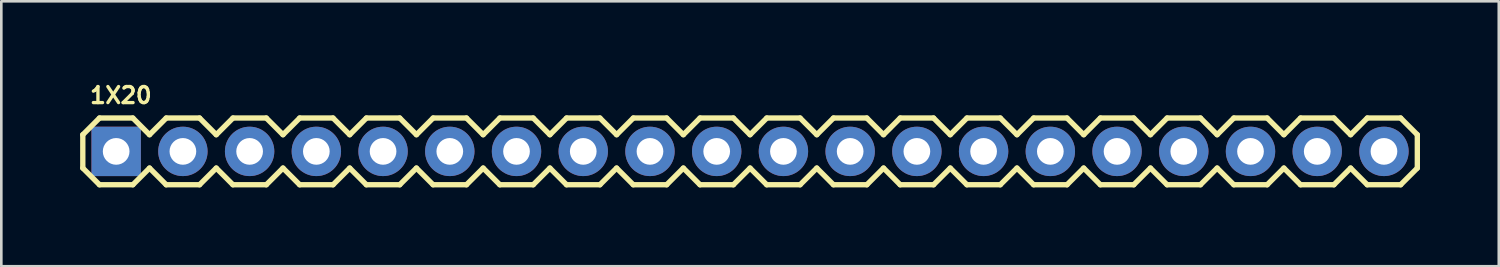
<source format=kicad_pcb>
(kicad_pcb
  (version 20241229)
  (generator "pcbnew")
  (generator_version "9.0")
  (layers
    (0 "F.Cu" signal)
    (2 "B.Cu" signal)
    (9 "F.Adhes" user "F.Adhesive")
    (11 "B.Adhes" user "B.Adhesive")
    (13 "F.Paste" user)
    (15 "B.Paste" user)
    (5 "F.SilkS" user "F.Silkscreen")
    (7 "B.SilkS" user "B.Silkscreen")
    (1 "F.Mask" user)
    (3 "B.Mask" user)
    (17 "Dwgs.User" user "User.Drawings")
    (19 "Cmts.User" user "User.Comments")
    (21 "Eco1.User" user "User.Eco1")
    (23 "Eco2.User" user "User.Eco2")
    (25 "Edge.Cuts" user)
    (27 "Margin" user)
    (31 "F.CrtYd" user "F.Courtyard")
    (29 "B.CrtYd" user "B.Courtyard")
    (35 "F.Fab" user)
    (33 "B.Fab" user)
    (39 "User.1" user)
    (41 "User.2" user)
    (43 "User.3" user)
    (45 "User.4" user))
  (footprint "1X20"
    (layer "F.Cu")
    (at 1.372 2.713)
    (property "Reference" "1X20" (at 0.178 -2.134 0) (layer "F.SilkS") (effects (font (size 0.61 0.61) (thickness 0.127))))
    (attr exclude_from_pos_files exclude_from_bom)
    (fp_line (start -1.27 -0.635) (end -1.27 0.635) (stroke (width 0.203) (type solid)) (layer "F.SilkS"))
    (fp_line (start -1.27 0.635) (end -0.635 1.27) (stroke (width 0.203) (type solid)) (layer "F.SilkS"))
    (fp_line (start -0.635 -1.27) (end -1.27 -0.635) (stroke (width 0.203) (type solid)) (layer "F.SilkS"))
    (fp_line (start -0.635 -1.27) (end 0.635 -1.27) (stroke (width 0.203) (type solid)) (layer "F.SilkS"))
    (fp_line (start 0.635 -1.27) (end 1.27 -0.635) (stroke (width 0.203) (type solid)) (layer "F.SilkS"))
    (fp_line (start 0.635 1.27) (end -0.635 1.27) (stroke (width 0.203) (type solid)) (layer "F.SilkS"))
    (fp_line (start 1.27 -0.635) (end 1.905 -1.27) (stroke (width 0.203) (type solid)) (layer "F.SilkS"))
    (fp_line (start 1.27 0.635) (end 0.635 1.27) (stroke (width 0.203) (type solid)) (layer "F.SilkS"))
    (fp_line (start 1.905 -1.27) (end 3.175 -1.27) (stroke (width 0.203) (type solid)) (layer "F.SilkS"))
    (fp_line (start 1.905 1.27) (end 1.27 0.635) (stroke (width 0.203) (type solid)) (layer "F.SilkS"))
    (fp_line (start 3.175 -1.27) (end 3.81 -0.635) (stroke (width 0.203) (type solid)) (layer "F.SilkS"))
    (fp_line (start 3.175 1.27) (end 1.905 1.27) (stroke (width 0.203) (type solid)) (layer "F.SilkS"))
    (fp_line (start 3.81 -0.635) (end 4.445 -1.27) (stroke (width 0.203) (type solid)) (layer "F.SilkS"))
    (fp_line (start 3.81 0.635) (end 3.175 1.27) (stroke (width 0.203) (type solid)) (layer "F.SilkS"))
    (fp_line (start 4.445 -1.27) (end 5.715 -1.27) (stroke (width 0.203) (type solid)) (layer "F.SilkS"))
    (fp_line (start 4.445 1.27) (end 3.81 0.635) (stroke (width 0.203) (type solid)) (layer "F.SilkS"))
    (fp_line (start 5.715 -1.27) (end 6.35 -0.635) (stroke (width 0.203) (type solid)) (layer "F.SilkS"))
    (fp_line (start 5.715 1.27) (end 4.445 1.27) (stroke (width 0.203) (type solid)) (layer "F.SilkS"))
    (fp_line (start 6.35 0.635) (end 5.715 1.27) (stroke (width 0.203) (type solid)) (layer "F.SilkS"))
    (fp_line (start 6.35 0.635) (end 6.985 1.27) (stroke (width 0.203) (type solid)) (layer "F.SilkS"))
    (fp_line (start 6.985 -1.27) (end 6.35 -0.635) (stroke (width 0.203) (type solid)) (layer "F.SilkS"))
    (fp_line (start 6.985 -1.27) (end 8.255 -1.27) (stroke (width 0.203) (type solid)) (layer "F.SilkS"))
    (fp_line (start 8.255 -1.27) (end 8.89 -0.635) (stroke (width 0.203) (type solid)) (layer "F.SilkS"))
    (fp_line (start 8.255 1.27) (end 6.985 1.27) (stroke (width 0.203) (type solid)) (layer "F.SilkS"))
    (fp_line (start 8.89 -0.635) (end 9.525 -1.27) (stroke (width 0.203) (type solid)) (layer "F.SilkS"))
    (fp_line (start 8.89 0.635) (end 8.255 1.27) (stroke (width 0.203) (type solid)) (layer "F.SilkS"))
    (fp_line (start 9.525 -1.27) (end 10.795 -1.27) (stroke (width 0.203) (type solid)) (layer "F.SilkS"))
    (fp_line (start 9.525 1.27) (end 8.89 0.635) (stroke (width 0.203) (type solid)) (layer "F.SilkS"))
    (fp_line (start 10.795 -1.27) (end 11.43 -0.635) (stroke (width 0.203) (type solid)) (layer "F.SilkS"))
    (fp_line (start 10.795 1.27) (end 9.525 1.27) (stroke (width 0.203) (type solid)) (layer "F.SilkS"))
    (fp_line (start 11.43 -0.635) (end 12.065 -1.27) (stroke (width 0.203) (type solid)) (layer "F.SilkS"))
    (fp_line (start 11.43 0.635) (end 10.795 1.27) (stroke (width 0.203) (type solid)) (layer "F.SilkS"))
    (fp_line (start 12.065 -1.27) (end 13.335 -1.27) (stroke (width 0.203) (type solid)) (layer "F.SilkS"))
    (fp_line (start 12.065 1.27) (end 11.43 0.635) (stroke (width 0.203) (type solid)) (layer "F.SilkS"))
    (fp_line (start 13.335 -1.27) (end 13.97 -0.635) (stroke (width 0.203) (type solid)) (layer "F.SilkS"))
    (fp_line (start 13.335 1.27) (end 12.065 1.27) (stroke (width 0.203) (type solid)) (layer "F.SilkS"))
    (fp_line (start 13.97 0.635) (end 13.335 1.27) (stroke (width 0.203) (type solid)) (layer "F.SilkS"))
    (fp_line (start 13.97 0.635) (end 14.605 1.27) (stroke (width 0.203) (type solid)) (layer "F.SilkS"))
    (fp_line (start 14.605 -1.27) (end 13.97 -0.635) (stroke (width 0.203) (type solid)) (layer "F.SilkS"))
    (fp_line (start 14.605 -1.27) (end 15.875 -1.27) (stroke (width 0.203) (type solid)) (layer "F.SilkS"))
    (fp_line (start 15.875 -1.27) (end 16.51 -0.635) (stroke (width 0.203) (type solid)) (layer "F.SilkS"))
    (fp_line (start 15.875 1.27) (end 14.605 1.27) (stroke (width 0.203) (type solid)) (layer "F.SilkS"))
    (fp_line (start 16.51 0.635) (end 15.875 1.27) (stroke (width 0.203) (type solid)) (layer "F.SilkS"))
    (fp_line (start 16.51 0.635) (end 17.145 1.27) (stroke (width 0.203) (type solid)) (layer "F.SilkS"))
    (fp_line (start 17.145 -1.27) (end 16.51 -0.635) (stroke (width 0.203) (type solid)) (layer "F.SilkS"))
    (fp_line (start 17.145 -1.27) (end 18.415 -1.27) (stroke (width 0.203) (type solid)) (layer "F.SilkS"))
    (fp_line (start 18.415 -1.27) (end 19.05 -0.635) (stroke (width 0.203) (type solid)) (layer "F.SilkS"))
    (fp_line (start 18.415 1.27) (end 17.145 1.27) (stroke (width 0.203) (type solid)) (layer "F.SilkS"))
    (fp_line (start 19.05 -0.635) (end 19.685 -1.27) (stroke (width 0.203) (type solid)) (layer "F.SilkS"))
    (fp_line (start 19.05 0.635) (end 18.415 1.27) (stroke (width 0.203) (type solid)) (layer "F.SilkS"))
    (fp_line (start 19.685 -1.27) (end 20.955 -1.27) (stroke (width 0.203) (type solid)) (layer "F.SilkS"))
    (fp_line (start 19.685 1.27) (end 19.05 0.635) (stroke (width 0.203) (type solid)) (layer "F.SilkS"))
    (fp_line (start 20.955 -1.27) (end 21.59 -0.635) (stroke (width 0.203) (type solid)) (layer "F.SilkS"))
    (fp_line (start 20.955 1.27) (end 19.685 1.27) (stroke (width 0.203) (type solid)) (layer "F.SilkS"))
    (fp_line (start 21.59 -0.635) (end 22.225 -1.27) (stroke (width 0.203) (type solid)) (layer "F.SilkS"))
    (fp_line (start 21.59 0.635) (end 20.955 1.27) (stroke (width 0.203) (type solid)) (layer "F.SilkS"))
    (fp_line (start 22.225 -1.27) (end 23.495 -1.27) (stroke (width 0.203) (type solid)) (layer "F.SilkS"))
    (fp_line (start 22.225 1.27) (end 21.59 0.635) (stroke (width 0.203) (type solid)) (layer "F.SilkS"))
    (fp_line (start 23.495 -1.27) (end 24.13 -0.635) (stroke (width 0.203) (type solid)) (layer "F.SilkS"))
    (fp_line (start 23.495 1.27) (end 22.225 1.27) (stroke (width 0.203) (type solid)) (layer "F.SilkS"))
    (fp_line (start 24.13 0.635) (end 23.495 1.27) (stroke (width 0.203) (type solid)) (layer "F.SilkS"))
    (fp_line (start 24.13 0.635) (end 24.765 1.27) (stroke (width 0.203) (type solid)) (layer "F.SilkS"))
    (fp_line (start 24.765 -1.27) (end 24.13 -0.635) (stroke (width 0.203) (type solid)) (layer "F.SilkS"))
    (fp_line (start 24.765 -1.27) (end 26.035 -1.27) (stroke (width 0.203) (type solid)) (layer "F.SilkS"))
    (fp_line (start 26.035 -1.27) (end 26.67 -0.635) (stroke (width 0.203) (type solid)) (layer "F.SilkS"))
    (fp_line (start 26.035 1.27) (end 24.765 1.27) (stroke (width 0.203) (type solid)) (layer "F.SilkS"))
    (fp_line (start 26.67 -0.635) (end 27.305 -1.27) (stroke (width 0.203) (type solid)) (layer "F.SilkS"))
    (fp_line (start 26.67 0.635) (end 26.035 1.27) (stroke (width 0.203) (type solid)) (layer "F.SilkS"))
    (fp_line (start 27.305 -1.27) (end 28.575 -1.27) (stroke (width 0.203) (type solid)) (layer "F.SilkS"))
    (fp_line (start 27.305 1.27) (end 26.67 0.635) (stroke (width 0.203) (type solid)) (layer "F.SilkS"))
    (fp_line (start 28.575 -1.27) (end 29.21 -0.635) (stroke (width 0.203) (type solid)) (layer "F.SilkS"))
    (fp_line (start 28.575 1.27) (end 27.305 1.27) (stroke (width 0.203) (type solid)) (layer "F.SilkS"))
    (fp_line (start 29.21 -0.635) (end 29.845 -1.27) (stroke (width 0.203) (type solid)) (layer "F.SilkS"))
    (fp_line (start 29.21 0.635) (end 28.575 1.27) (stroke (width 0.203) (type solid)) (layer "F.SilkS"))
    (fp_line (start 29.845 -1.27) (end 31.115 -1.27) (stroke (width 0.203) (type solid)) (layer "F.SilkS"))
    (fp_line (start 29.845 1.27) (end 29.21 0.635) (stroke (width 0.203) (type solid)) (layer "F.SilkS"))
    (fp_line (start 31.115 -1.27) (end 31.75 -0.635) (stroke (width 0.203) (type solid)) (layer "F.SilkS"))
    (fp_line (start 31.115 1.27) (end 29.845 1.27) (stroke (width 0.203) (type solid)) (layer "F.SilkS"))
    (fp_line (start 31.75 0.635) (end 31.115 1.27) (stroke (width 0.203) (type solid)) (layer "F.SilkS"))
    (fp_line (start 31.75 0.635) (end 32.385 1.27) (stroke (width 0.203) (type solid)) (layer "F.SilkS"))
    (fp_line (start 32.385 -1.27) (end 31.75 -0.635) (stroke (width 0.203) (type solid)) (layer "F.SilkS"))
    (fp_line (start 32.385 -1.27) (end 33.655 -1.27) (stroke (width 0.203) (type solid)) (layer "F.SilkS"))
    (fp_line (start 33.655 -1.27) (end 34.29 -0.635) (stroke (width 0.203) (type solid)) (layer "F.SilkS"))
    (fp_line (start 33.655 1.27) (end 32.385 1.27) (stroke (width 0.203) (type solid)) (layer "F.SilkS"))
    (fp_line (start 34.29 0.635) (end 33.655 1.27) (stroke (width 0.203) (type solid)) (layer "F.SilkS"))
    (fp_line (start 34.29 0.635) (end 34.925 1.27) (stroke (width 0.203) (type solid)) (layer "F.SilkS"))
    (fp_line (start 34.925 -1.27) (end 34.29 -0.635) (stroke (width 0.203) (type solid)) (layer "F.SilkS"))
    (fp_line (start 34.925 -1.27) (end 36.195 -1.27) (stroke (width 0.203) (type solid)) (layer "F.SilkS"))
    (fp_line (start 36.195 -1.27) (end 36.83 -0.635) (stroke (width 0.203) (type solid)) (layer "F.SilkS"))
    (fp_line (start 36.195 1.27) (end 34.925 1.27) (stroke (width 0.203) (type solid)) (layer "F.SilkS"))
    (fp_line (start 36.83 0.635) (end 36.195 1.27) (stroke (width 0.203) (type solid)) (layer "F.SilkS"))
    (fp_line (start 36.83 0.635) (end 37.465 1.27) (stroke (width 0.203) (type solid)) (layer "F.SilkS"))
    (fp_line (start 37.465 -1.27) (end 36.83 -0.635) (stroke (width 0.203) (type solid)) (layer "F.SilkS"))
    (fp_line (start 37.465 -1.27) (end 38.735 -1.27) (stroke (width 0.203) (type solid)) (layer "F.SilkS"))
    (fp_line (start 38.735 -1.27) (end 39.37 -0.635) (stroke (width 0.203) (type solid)) (layer "F.SilkS"))
    (fp_line (start 38.735 1.27) (end 37.465 1.27) (stroke (width 0.203) (type solid)) (layer "F.SilkS"))
    (fp_line (start 39.37 0.635) (end 38.735 1.27) (stroke (width 0.203) (type solid)) (layer "F.SilkS"))
    (fp_line (start 39.37 0.635) (end 40.005 1.27) (stroke (width 0.203) (type solid)) (layer "F.SilkS"))
    (fp_line (start 40.005 -1.27) (end 39.37 -0.635) (stroke (width 0.203) (type solid)) (layer "F.SilkS"))
    (fp_line (start 40.005 -1.27) (end 41.275 -1.27) (stroke (width 0.203) (type solid)) (layer "F.SilkS"))
    (fp_line (start 41.275 -1.27) (end 41.91 -0.635) (stroke (width 0.203) (type solid)) (layer "F.SilkS"))
    (fp_line (start 41.275 1.27) (end 40.005 1.27) (stroke (width 0.203) (type solid)) (layer "F.SilkS"))
    (fp_line (start 41.91 0.635) (end 41.275 1.27) (stroke (width 0.203) (type solid)) (layer "F.SilkS"))
    (fp_line (start 41.91 0.635) (end 42.545 1.27) (stroke (width 0.203) (type solid)) (layer "F.SilkS"))
    (fp_line (start 42.545 -1.27) (end 41.91 -0.635) (stroke (width 0.203) (type solid)) (layer "F.SilkS"))
    (fp_line (start 42.545 -1.27) (end 43.815 -1.27) (stroke (width 0.203) (type solid)) (layer "F.SilkS"))
    (fp_line (start 43.815 -1.27) (end 44.45 -0.635) (stroke (width 0.203) (type solid)) (layer "F.SilkS"))
    (fp_line (start 43.815 1.27) (end 42.545 1.27) (stroke (width 0.203) (type solid)) (layer "F.SilkS"))
    (fp_line (start 44.45 0.635) (end 43.815 1.27) (stroke (width 0.203) (type solid)) (layer "F.SilkS"))
    (fp_line (start 44.45 0.635) (end 45.085 1.27) (stroke (width 0.203) (type solid)) (layer "F.SilkS"))
    (fp_line (start 45.085 -1.27) (end 44.45 -0.635) (stroke (width 0.203) (type solid)) (layer "F.SilkS"))
    (fp_line (start 45.085 -1.27) (end 46.355 -1.27) (stroke (width 0.203) (type solid)) (layer "F.SilkS"))
    (fp_line (start 46.355 -1.27) (end 46.99 -0.635) (stroke (width 0.203) (type solid)) (layer "F.SilkS"))
    (fp_line (start 46.355 1.27) (end 45.085 1.27) (stroke (width 0.203) (type solid)) (layer "F.SilkS"))
    (fp_line (start 46.99 0.635) (end 46.355 1.27) (stroke (width 0.203) (type solid)) (layer "F.SilkS"))
    (fp_line (start 46.99 0.635) (end 47.625 1.27) (stroke (width 0.203) (type solid)) (layer "F.SilkS"))
    (fp_line (start 47.625 -1.27) (end 46.99 -0.635) (stroke (width 0.203) (type solid)) (layer "F.SilkS"))
    (fp_line (start 47.625 -1.27) (end 48.895 -1.27) (stroke (width 0.203) (type solid)) (layer "F.SilkS"))
    (fp_line (start 48.895 -1.27) (end 49.53 -0.635) (stroke (width 0.203) (type solid)) (layer "F.SilkS"))
    (fp_line (start 48.895 1.27) (end 47.625 1.27) (stroke (width 0.203) (type solid)) (layer "F.SilkS"))
    (fp_line (start 49.53 -0.635) (end 49.53 0.635) (stroke (width 0.203) (type solid)) (layer "F.SilkS"))
    (fp_line (start 49.53 0.635) (end 48.895 1.27) (stroke (width 0.203) (type solid)) (layer "F.SilkS"))
    (fp_line (start -0.254 -0.254) (end 0.254 -0.254) (stroke (width 0.066) (type solid)) (layer "Dwgs.User"))
    (fp_line (start -0.254 0.254) (end -0.254 -0.254) (stroke (width 0.066) (type solid)) (layer "Dwgs.User"))
    (fp_line (start -0.254 0.254) (end 0.254 0.254) (stroke (width 0.066) (type solid)) (layer "Dwgs.User"))
    (fp_line (start 0.254 0.254) (end 0.254 -0.254) (stroke (width 0.066) (type solid)) (layer "Dwgs.User"))
    (fp_line (start 2.286 -0.254) (end 2.794 -0.254) (stroke (width 0.066) (type solid)) (layer "Dwgs.User"))
    (fp_line (start 2.286 0.254) (end 2.286 -0.254) (stroke (width 0.066) (type solid)) (layer "Dwgs.User"))
    (fp_line (start 2.286 0.254) (end 2.794 0.254) (stroke (width 0.066) (type solid)) (layer "Dwgs.User"))
    (fp_line (start 2.794 0.254) (end 2.794 -0.254) (stroke (width 0.066) (type solid)) (layer "Dwgs.User"))
    (fp_line (start 4.826 -0.254) (end 5.334 -0.254) (stroke (width 0.066) (type solid)) (layer "Dwgs.User"))
    (fp_line (start 4.826 0.254) (end 4.826 -0.254) (stroke (width 0.066) (type solid)) (layer "Dwgs.User"))
    (fp_line (start 4.826 0.254) (end 5.334 0.254) (stroke (width 0.066) (type solid)) (layer "Dwgs.User"))
    (fp_line (start 5.334 0.254) (end 5.334 -0.254) (stroke (width 0.066) (type solid)) (layer "Dwgs.User"))
    (fp_line (start 7.366 -0.254) (end 7.874 -0.254) (stroke (width 0.066) (type solid)) (layer "Dwgs.User"))
    (fp_line (start 7.366 0.254) (end 7.366 -0.254) (stroke (width 0.066) (type solid)) (layer "Dwgs.User"))
    (fp_line (start 7.366 0.254) (end 7.874 0.254) (stroke (width 0.066) (type solid)) (layer "Dwgs.User"))
    (fp_line (start 7.874 0.254) (end 7.874 -0.254) (stroke (width 0.066) (type solid)) (layer "Dwgs.User"))
    (fp_line (start 9.906 -0.254) (end 10.414 -0.254) (stroke (width 0.066) (type solid)) (layer "Dwgs.User"))
    (fp_line (start 9.906 0.254) (end 9.906 -0.254) (stroke (width 0.066) (type solid)) (layer "Dwgs.User"))
    (fp_line (start 9.906 0.254) (end 10.414 0.254) (stroke (width 0.066) (type solid)) (layer "Dwgs.User"))
    (fp_line (start 10.414 0.254) (end 10.414 -0.254) (stroke (width 0.066) (type solid)) (layer "Dwgs.User"))
    (fp_line (start 12.446 -0.254) (end 12.954 -0.254) (stroke (width 0.066) (type solid)) (layer "Dwgs.User"))
    (fp_line (start 12.446 0.254) (end 12.446 -0.254) (stroke (width 0.066) (type solid)) (layer "Dwgs.User"))
    (fp_line (start 12.446 0.254) (end 12.954 0.254) (stroke (width 0.066) (type solid)) (layer "Dwgs.User"))
    (fp_line (start 12.954 0.254) (end 12.954 -0.254) (stroke (width 0.066) (type solid)) (layer "Dwgs.User"))
    (fp_line (start 14.986 -0.254) (end 15.494 -0.254) (stroke (width 0.066) (type solid)) (layer "Dwgs.User"))
    (fp_line (start 14.986 0.254) (end 14.986 -0.254) (stroke (width 0.066) (type solid)) (layer "Dwgs.User"))
    (fp_line (start 14.986 0.254) (end 15.494 0.254) (stroke (width 0.066) (type solid)) (layer "Dwgs.User"))
    (fp_line (start 15.494 0.254) (end 15.494 -0.254) (stroke (width 0.066) (type solid)) (layer "Dwgs.User"))
    (fp_line (start 17.523 -0.254) (end 18.034 -0.254) (stroke (width 0.066) (type solid)) (layer "Dwgs.User"))
    (fp_line (start 17.523 0.254) (end 17.523 -0.254) (stroke (width 0.066) (type solid)) (layer "Dwgs.User"))
    (fp_line (start 17.523 0.254) (end 18.034 0.254) (stroke (width 0.066) (type solid)) (layer "Dwgs.User"))
    (fp_line (start 18.034 0.254) (end 18.034 -0.254) (stroke (width 0.066) (type solid)) (layer "Dwgs.User"))
    (fp_line (start 20.066 -0.254) (end 20.574 -0.254) (stroke (width 0.066) (type solid)) (layer "Dwgs.User"))
    (fp_line (start 20.066 0.254) (end 20.066 -0.254) (stroke (width 0.066) (type solid)) (layer "Dwgs.User"))
    (fp_line (start 20.066 0.254) (end 20.574 0.254) (stroke (width 0.066) (type solid)) (layer "Dwgs.User"))
    (fp_line (start 20.574 0.254) (end 20.574 -0.254) (stroke (width 0.066) (type solid)) (layer "Dwgs.User"))
    (fp_line (start 22.606 -0.254) (end 23.114 -0.254) (stroke (width 0.066) (type solid)) (layer "Dwgs.User"))
    (fp_line (start 22.606 0.254) (end 22.606 -0.254) (stroke (width 0.066) (type solid)) (layer "Dwgs.User"))
    (fp_line (start 22.606 0.254) (end 23.114 0.254) (stroke (width 0.066) (type solid)) (layer "Dwgs.User"))
    (fp_line (start 23.114 0.254) (end 23.114 -0.254) (stroke (width 0.066) (type solid)) (layer "Dwgs.User"))
    (fp_line (start 25.146 -0.254) (end 25.654 -0.254) (stroke (width 0.066) (type solid)) (layer "Dwgs.User"))
    (fp_line (start 25.146 0.254) (end 25.146 -0.254) (stroke (width 0.066) (type solid)) (layer "Dwgs.User"))
    (fp_line (start 25.146 0.254) (end 25.654 0.254) (stroke (width 0.066) (type solid)) (layer "Dwgs.User"))
    (fp_line (start 25.654 0.254) (end 25.654 -0.254) (stroke (width 0.066) (type solid)) (layer "Dwgs.User"))
    (fp_line (start 27.686 -0.254) (end 28.194 -0.254) (stroke (width 0.066) (type solid)) (layer "Dwgs.User"))
    (fp_line (start 27.686 0.254) (end 27.686 -0.254) (stroke (width 0.066) (type solid)) (layer "Dwgs.User"))
    (fp_line (start 27.686 0.254) (end 28.194 0.254) (stroke (width 0.066) (type solid)) (layer "Dwgs.User"))
    (fp_line (start 28.194 0.254) (end 28.194 -0.254) (stroke (width 0.066) (type solid)) (layer "Dwgs.User"))
    (fp_line (start 30.226 -0.254) (end 30.734 -0.254) (stroke (width 0.066) (type solid)) (layer "Dwgs.User"))
    (fp_line (start 30.226 0.254) (end 30.226 -0.254) (stroke (width 0.066) (type solid)) (layer "Dwgs.User"))
    (fp_line (start 30.226 0.254) (end 30.734 0.254) (stroke (width 0.066) (type solid)) (layer "Dwgs.User"))
    (fp_line (start 30.734 0.254) (end 30.734 -0.254) (stroke (width 0.066) (type solid)) (layer "Dwgs.User"))
    (fp_line (start 32.766 -0.254) (end 33.274 -0.254) (stroke (width 0.066) (type solid)) (layer "Dwgs.User"))
    (fp_line (start 32.766 0.254) (end 32.766 -0.254) (stroke (width 0.066) (type solid)) (layer "Dwgs.User"))
    (fp_line (start 32.766 0.254) (end 33.274 0.254) (stroke (width 0.066) (type solid)) (layer "Dwgs.User"))
    (fp_line (start 33.274 0.254) (end 33.274 -0.254) (stroke (width 0.066) (type solid)) (layer "Dwgs.User"))
    (fp_line (start 35.303 -0.254) (end 35.814 -0.254) (stroke (width 0.066) (type solid)) (layer "Dwgs.User"))
    (fp_line (start 35.303 0.254) (end 35.303 -0.254) (stroke (width 0.066) (type solid)) (layer "Dwgs.User"))
    (fp_line (start 35.303 0.254) (end 35.814 0.254) (stroke (width 0.066) (type solid)) (layer "Dwgs.User"))
    (fp_line (start 35.814 0.254) (end 35.814 -0.254) (stroke (width 0.066) (type solid)) (layer "Dwgs.User"))
    (fp_line (start 37.846 -0.254) (end 38.354 -0.254) (stroke (width 0.066) (type solid)) (layer "Dwgs.User"))
    (fp_line (start 37.846 0.254) (end 37.846 -0.254) (stroke (width 0.066) (type solid)) (layer "Dwgs.User"))
    (fp_line (start 37.846 0.254) (end 38.354 0.254) (stroke (width 0.066) (type solid)) (layer "Dwgs.User"))
    (fp_line (start 38.354 0.254) (end 38.354 -0.254) (stroke (width 0.066) (type solid)) (layer "Dwgs.User"))
    (fp_line (start 40.386 -0.254) (end 40.894 -0.254) (stroke (width 0.066) (type solid)) (layer "Dwgs.User"))
    (fp_line (start 40.386 0.254) (end 40.386 -0.254) (stroke (width 0.066) (type solid)) (layer "Dwgs.User"))
    (fp_line (start 40.386 0.254) (end 40.894 0.254) (stroke (width 0.066) (type solid)) (layer "Dwgs.User"))
    (fp_line (start 40.894 0.254) (end 40.894 -0.254) (stroke (width 0.066) (type solid)) (layer "Dwgs.User"))
    (fp_line (start 42.926 -0.254) (end 43.434 -0.254) (stroke (width 0.066) (type solid)) (layer "Dwgs.User"))
    (fp_line (start 42.926 0.254) (end 42.926 -0.254) (stroke (width 0.066) (type solid)) (layer "Dwgs.User"))
    (fp_line (start 42.926 0.254) (end 43.434 0.254) (stroke (width 0.066) (type solid)) (layer "Dwgs.User"))
    (fp_line (start 43.434 0.254) (end 43.434 -0.254) (stroke (width 0.066) (type solid)) (layer "Dwgs.User"))
    (fp_line (start 45.466 -0.254) (end 45.974 -0.254) (stroke (width 0.066) (type solid)) (layer "Dwgs.User"))
    (fp_line (start 45.466 0.254) (end 45.466 -0.254) (stroke (width 0.066) (type solid)) (layer "Dwgs.User"))
    (fp_line (start 45.466 0.254) (end 45.974 0.254) (stroke (width 0.066) (type solid)) (layer "Dwgs.User"))
    (fp_line (start 45.974 0.254) (end 45.974 -0.254) (stroke (width 0.066) (type solid)) (layer "Dwgs.User"))
    (fp_line (start 48.006 -0.254) (end 48.514 -0.254) (stroke (width 0.066) (type solid)) (layer "Dwgs.User"))
    (fp_line (start 48.006 0.254) (end 48.006 -0.254) (stroke (width 0.066) (type solid)) (layer "Dwgs.User"))
    (fp_line (start 48.006 0.254) (end 48.514 0.254) (stroke (width 0.066) (type solid)) (layer "Dwgs.User"))
    (fp_line (start 48.514 0.254) (end 48.514 -0.254) (stroke (width 0.066) (type solid)) (layer "Dwgs.User"))
    (pad "1" thru_hole rect (at 0 0) (size 1.88 1.88) (drill 1.016) (layers "*.Cu" "*.Paste" "*.Mask"))
    (pad "2" thru_hole circle (at 2.54 0) (size 1.88 1.88) (drill 1.016) (layers "*.Cu" "*.Paste" "*.Mask"))
    (pad "3" thru_hole circle (at 5.08 0) (size 1.88 1.88) (drill 1.016) (layers "*.Cu" "*.Paste" "*.Mask"))
    (pad "4" thru_hole circle (at 7.62 0) (size 1.88 1.88) (drill 1.016) (layers "*.Cu" "*.Paste" "*.Mask"))
    (pad "5" thru_hole circle (at 10.16 0) (size 1.88 1.88) (drill 1.016) (layers "*.Cu" "*.Paste" "*.Mask"))
    (pad "6" thru_hole circle (at 12.7 0) (size 1.88 1.88) (drill 1.016) (layers "*.Cu" "*.Paste" "*.Mask"))
    (pad "7" thru_hole circle (at 15.24 0) (size 1.88 1.88) (drill 1.016) (layers "*.Cu" "*.Paste" "*.Mask"))
    (pad "8" thru_hole circle (at 17.78 0) (size 1.88 1.88) (drill 1.016) (layers "*.Cu" "*.Paste" "*.Mask"))
    (pad "9" thru_hole circle (at 20.32 0) (size 1.88 1.88) (drill 1.016) (layers "*.Cu" "*.Paste" "*.Mask"))
    (pad "10" thru_hole circle (at 22.86 0) (size 1.88 1.88) (drill 1.016) (layers "*.Cu" "*.Paste" "*.Mask"))
    (pad "11" thru_hole circle (at 25.4 0) (size 1.88 1.88) (drill 1.016) (layers "*.Cu" "*.Paste" "*.Mask"))
    (pad "12" thru_hole circle (at 27.94 0) (size 1.88 1.88) (drill 1.016) (layers "*.Cu" "*.Paste" "*.Mask"))
    (pad "13" thru_hole circle (at 30.48 0) (size 1.88 1.88) (drill 1.016) (layers "*.Cu" "*.Paste" "*.Mask"))
    (pad "14" thru_hole circle (at 33.02 0) (size 1.88 1.88) (drill 1.016) (layers "*.Cu" "*.Paste" "*.Mask"))
    (pad "15" thru_hole circle (at 35.56 0) (size 1.88 1.88) (drill 1.016) (layers "*.Cu" "*.Paste" "*.Mask"))
    (pad "16" thru_hole circle (at 38.1 0) (size 1.88 1.88) (drill 1.016) (layers "*.Cu" "*.Paste" "*.Mask"))
    (pad "17" thru_hole circle (at 40.64 0) (size 1.88 1.88) (drill 1.016) (layers "*.Cu" "*.Paste" "*.Mask"))
    (pad "18" thru_hole circle (at 43.18 0) (size 1.88 1.88) (drill 1.016) (layers "*.Cu" "*.Paste" "*.Mask"))
    (pad "19" thru_hole circle (at 45.72 0) (size 1.88 1.88) (drill 1.016) (layers "*.Cu" "*.Paste" "*.Mask"))
    (pad "20" thru_hole circle (at 48.26 0) (size 1.88 1.88) (drill 1.016) (layers "*.Cu" "*.Paste" "*.Mask")))
  (gr_rect
    (start -3 -3)
    (end 54.003 7.085)
    (stroke (width 0.1) (type default))
    (fill no)
    (layer "Edge.Cuts")))
</source>
